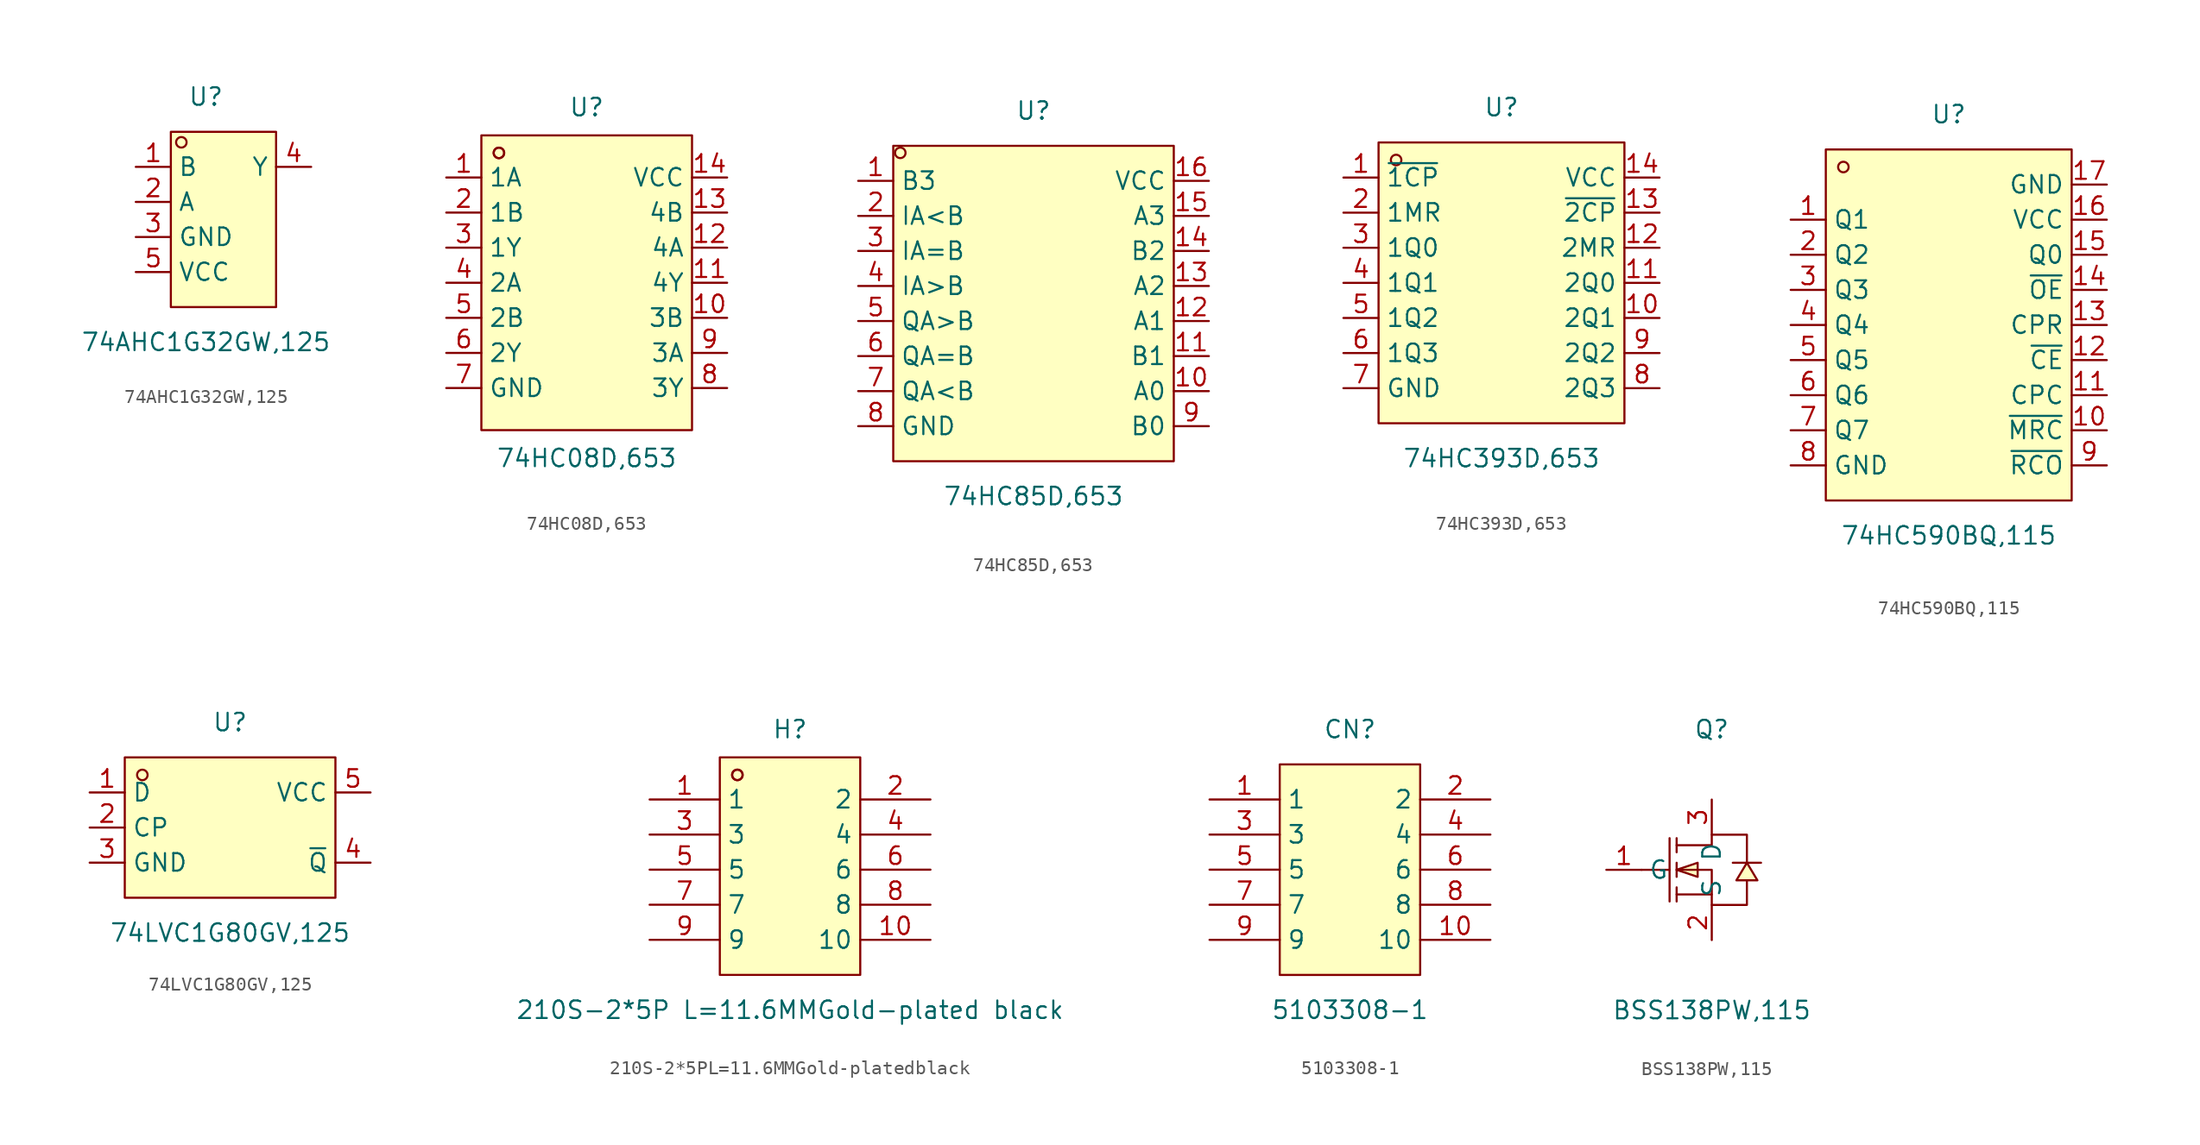
<source format=kicad_sym>
(kicad_symbol_lib
  (version 20220914)
  (generator kicad_symbol_editor)
  (symbol "74AHC1G32GW,125"
    (property "Reference" "U"
      (at 0 10.16 0)
      (effects (font (size 1.27 1.27))))
    (property "Value" "74AHC1G32GW,125"
      (at 0 -7.62 0)
      (effects (font (size 1.27 1.27))))
    (symbol "74AHC1G32GW,125_0_1"
      (rectangle (start -2.54 7.62) (end 5.08 -5.08) (stroke (width 0) (type default)) (fill (type background)))
      (circle (center -1.78 6.86) (radius 0.38) (stroke (width 0) (type default)) (fill (type none)))
      (pin unspecified line (at -5.08 5.08 0) (length 2.54) (name "B" (effects (font (size 1.27 1.27)))) (number "1" (effects (font (size 1.27 1.27)))))
      (pin unspecified line (at -5.08 2.54 0) (length 2.54) (name "A" (effects (font (size 1.27 1.27)))) (number "2" (effects (font (size 1.27 1.27)))))
      (pin unspecified line (at -5.08 0 0) (length 2.54) (name "GND" (effects (font (size 1.27 1.27)))) (number "3" (effects (font (size 1.27 1.27)))))
      (pin unspecified line (at 7.62 5.08 180) (length 2.54) (name "Y" (effects (font (size 1.27 1.27)))) (number "4" (effects (font (size 1.27 1.27)))))
      (pin unspecified line (at -5.08 -2.54 0) (length 2.54) (name "VCC" (effects (font (size 1.27 1.27)))) (number "5" (effects (font (size 1.27 1.27)))))))
  (symbol "74HC08D,653"
    (property "Reference" "U"
      (at 0 12.7 0)
      (effects (font (size 1.27 1.27))))
    (property "Value" "74HC08D,653"
      (at 0 -12.7 0)
      (effects (font (size 1.27 1.27))))
    (symbol "74HC08D,653_0_1"
      (rectangle (start -7.62 10.67) (end 7.62 -10.67) (stroke (width 0) (type default)) (fill (type background)))
      (circle (center -6.35 9.4) (radius 0.38) (stroke (width 0) (type default)) (fill (type none)))
      (circle (center -6.35 9.4) (radius 0.38) (stroke (width 0) (type default)) (fill (type none)))
      (pin unspecified line (at -10.16 7.62 0) (length 2.54) (name "1A" (effects (font (size 1.27 1.27)))) (number "1" (effects (font (size 1.27 1.27)))))
      (pin unspecified line (at 10.16 -2.54 180) (length 2.54) (name "3B" (effects (font (size 1.27 1.27)))) (number "10" (effects (font (size 1.27 1.27)))))
      (pin unspecified line (at 10.16 0 180) (length 2.54) (name "4Y" (effects (font (size 1.27 1.27)))) (number "11" (effects (font (size 1.27 1.27)))))
      (pin unspecified line (at 10.16 2.54 180) (length 2.54) (name "4A" (effects (font (size 1.27 1.27)))) (number "12" (effects (font (size 1.27 1.27)))))
      (pin unspecified line (at 10.16 5.08 180) (length 2.54) (name "4B" (effects (font (size 1.27 1.27)))) (number "13" (effects (font (size 1.27 1.27)))))
      (pin unspecified line (at 10.16 7.62 180) (length 2.54) (name "VCC" (effects (font (size 1.27 1.27)))) (number "14" (effects (font (size 1.27 1.27)))))
      (pin unspecified line (at -10.16 5.08 0) (length 2.54) (name "1B" (effects (font (size 1.27 1.27)))) (number "2" (effects (font (size 1.27 1.27)))))
      (pin unspecified line (at -10.16 2.54 0) (length 2.54) (name "1Y" (effects (font (size 1.27 1.27)))) (number "3" (effects (font (size 1.27 1.27)))))
      (pin unspecified line (at -10.16 0 0) (length 2.54) (name "2A" (effects (font (size 1.27 1.27)))) (number "4" (effects (font (size 1.27 1.27)))))
      (pin unspecified line (at -10.16 -2.54 0) (length 2.54) (name "2B" (effects (font (size 1.27 1.27)))) (number "5" (effects (font (size 1.27 1.27)))))
      (pin unspecified line (at -10.16 -5.08 0) (length 2.54) (name "2Y" (effects (font (size 1.27 1.27)))) (number "6" (effects (font (size 1.27 1.27)))))
      (pin unspecified line (at -10.16 -7.62 0) (length 2.54) (name "GND" (effects (font (size 1.27 1.27)))) (number "7" (effects (font (size 1.27 1.27)))))
      (pin unspecified line (at 10.16 -7.62 180) (length 2.54) (name "3Y" (effects (font (size 1.27 1.27)))) (number "8" (effects (font (size 1.27 1.27)))))
      (pin unspecified line (at 10.16 -5.08 180) (length 2.54) (name "3A" (effects (font (size 1.27 1.27)))) (number "9" (effects (font (size 1.27 1.27)))))))
  (symbol "74HC85D,653"
    (property "Reference" "U"
      (at 0 13.97 0)
      (effects (font (size 1.27 1.27))))
    (property "Value" "74HC85D,653"
      (at 0 -13.97 0)
      (effects (font (size 1.27 1.27))))
    (symbol "74HC85D,653_0_1"
      (rectangle (start -10.16 11.43) (end 10.16 -11.43) (stroke (width 0) (type default)) (fill (type background)))
      (circle (center -9.65 10.92) (radius 0.38) (stroke (width 0) (type default)) (fill (type none)))
      (pin unspecified line (at -12.7 8.89 0) (length 2.54) (name "B3" (effects (font (size 1.27 1.27)))) (number "1" (effects (font (size 1.27 1.27)))))
      (pin unspecified line (at 12.7 -6.35 180) (length 2.54) (name "A0" (effects (font (size 1.27 1.27)))) (number "10" (effects (font (size 1.27 1.27)))))
      (pin unspecified line (at 12.7 -3.81 180) (length 2.54) (name "B1" (effects (font (size 1.27 1.27)))) (number "11" (effects (font (size 1.27 1.27)))))
      (pin unspecified line (at 12.7 -1.27 180) (length 2.54) (name "A1" (effects (font (size 1.27 1.27)))) (number "12" (effects (font (size 1.27 1.27)))))
      (pin unspecified line (at 12.7 1.27 180) (length 2.54) (name "A2" (effects (font (size 1.27 1.27)))) (number "13" (effects (font (size 1.27 1.27)))))
      (pin unspecified line (at 12.7 3.81 180) (length 2.54) (name "B2" (effects (font (size 1.27 1.27)))) (number "14" (effects (font (size 1.27 1.27)))))
      (pin unspecified line (at 12.7 6.35 180) (length 2.54) (name "A3" (effects (font (size 1.27 1.27)))) (number "15" (effects (font (size 1.27 1.27)))))
      (pin unspecified line (at 12.7 8.89 180) (length 2.54) (name "VCC" (effects (font (size 1.27 1.27)))) (number "16" (effects (font (size 1.27 1.27)))))
      (pin unspecified line (at -12.7 6.35 0) (length 2.54) (name "IA<B" (effects (font (size 1.27 1.27)))) (number "2" (effects (font (size 1.27 1.27)))))
      (pin unspecified line (at -12.7 3.81 0) (length 2.54) (name "IA=B" (effects (font (size 1.27 1.27)))) (number "3" (effects (font (size 1.27 1.27)))))
      (pin unspecified line (at -12.7 1.27 0) (length 2.54) (name "IA>B" (effects (font (size 1.27 1.27)))) (number "4" (effects (font (size 1.27 1.27)))))
      (pin unspecified line (at -12.7 -1.27 0) (length 2.54) (name "QA>B" (effects (font (size 1.27 1.27)))) (number "5" (effects (font (size 1.27 1.27)))))
      (pin unspecified line (at -12.7 -3.81 0) (length 2.54) (name "QA=B" (effects (font (size 1.27 1.27)))) (number "6" (effects (font (size 1.27 1.27)))))
      (pin unspecified line (at -12.7 -6.35 0) (length 2.54) (name "QA<B" (effects (font (size 1.27 1.27)))) (number "7" (effects (font (size 1.27 1.27)))))
      (pin unspecified line (at -12.7 -8.89 0) (length 2.54) (name "GND" (effects (font (size 1.27 1.27)))) (number "8" (effects (font (size 1.27 1.27)))))
      (pin unspecified line (at 12.7 -8.89 180) (length 2.54) (name "B0" (effects (font (size 1.27 1.27)))) (number "9" (effects (font (size 1.27 1.27)))))))
  (symbol "74HC393D,653"
    (property "Reference" "U"
      (at 0 12.7 0)
      (effects (font (size 1.27 1.27))))
    (property "Value" "74HC393D,653"
      (at 0 -12.7 0)
      (effects (font (size 1.27 1.27))))
    (symbol "74HC393D,653_0_1"
      (rectangle (start -8.89 10.16) (end 8.89 -10.16) (stroke (width 0) (type default)) (fill (type background)))
      (circle (center -7.62 8.89) (radius 0.38) (stroke (width 0) (type default)) (fill (type none)))
      (pin unspecified line (at -11.43 7.62 0) (length 2.54) (name "~{1CP}" (effects (font (size 1.27 1.27)))) (number "1" (effects (font (size 1.27 1.27)))))
      (pin unspecified line (at 11.43 -2.54 180) (length 2.54) (name "2Q1" (effects (font (size 1.27 1.27)))) (number "10" (effects (font (size 1.27 1.27)))))
      (pin unspecified line (at 11.43 0 180) (length 2.54) (name "2Q0" (effects (font (size 1.27 1.27)))) (number "11" (effects (font (size 1.27 1.27)))))
      (pin unspecified line (at 11.43 2.54 180) (length 2.54) (name "2MR" (effects (font (size 1.27 1.27)))) (number "12" (effects (font (size 1.27 1.27)))))
      (pin unspecified line (at 11.43 5.08 180) (length 2.54) (name "~{2CP}" (effects (font (size 1.27 1.27)))) (number "13" (effects (font (size 1.27 1.27)))))
      (pin unspecified line (at 11.43 7.62 180) (length 2.54) (name "VCC" (effects (font (size 1.27 1.27)))) (number "14" (effects (font (size 1.27 1.27)))))
      (pin unspecified line (at -11.43 5.08 0) (length 2.54) (name "1MR" (effects (font (size 1.27 1.27)))) (number "2" (effects (font (size 1.27 1.27)))))
      (pin unspecified line (at -11.43 2.54 0) (length 2.54) (name "1Q0" (effects (font (size 1.27 1.27)))) (number "3" (effects (font (size 1.27 1.27)))))
      (pin unspecified line (at -11.43 0 0) (length 2.54) (name "1Q1" (effects (font (size 1.27 1.27)))) (number "4" (effects (font (size 1.27 1.27)))))
      (pin unspecified line (at -11.43 -2.54 0) (length 2.54) (name "1Q2" (effects (font (size 1.27 1.27)))) (number "5" (effects (font (size 1.27 1.27)))))
      (pin unspecified line (at -11.43 -5.08 0) (length 2.54) (name "1Q3" (effects (font (size 1.27 1.27)))) (number "6" (effects (font (size 1.27 1.27)))))
      (pin unspecified line (at -11.43 -7.62 0) (length 2.54) (name "GND" (effects (font (size 1.27 1.27)))) (number "7" (effects (font (size 1.27 1.27)))))
      (pin unspecified line (at 11.43 -7.62 180) (length 2.54) (name "2Q3" (effects (font (size 1.27 1.27)))) (number "8" (effects (font (size 1.27 1.27)))))
      (pin unspecified line (at 11.43 -5.08 180) (length 2.54) (name "2Q2" (effects (font (size 1.27 1.27)))) (number "9" (effects (font (size 1.27 1.27)))))))
  (symbol "74HC590BQ,115"
    (property "Reference" "U"
      (at 0 15.24 0)
      (effects (font (size 1.27 1.27))))
    (property "Value" "74HC590BQ,115"
      (at 0 -15.24 0)
      (effects (font (size 1.27 1.27))))
    (symbol "74HC590BQ,115_0_1"
      (rectangle (start -8.89 12.7) (end 8.89 -12.7) (stroke (width 0) (type default)) (fill (type background)))
      (circle (center -7.62 11.43) (radius 0.38) (stroke (width 0) (type default)) (fill (type none)))
      (pin unspecified line (at -11.43 7.62 0) (length 2.54) (name "Q1" (effects (font (size 1.27 1.27)))) (number "1" (effects (font (size 1.27 1.27)))))
      (pin unspecified line (at 11.43 -7.62 180) (length 2.54) (name "~{MRC}" (effects (font (size 1.27 1.27)))) (number "10" (effects (font (size 1.27 1.27)))))
      (pin unspecified line (at 11.43 -5.08 180) (length 2.54) (name "CPC" (effects (font (size 1.27 1.27)))) (number "11" (effects (font (size 1.27 1.27)))))
      (pin unspecified line (at 11.43 -2.54 180) (length 2.54) (name "~{CE}" (effects (font (size 1.27 1.27)))) (number "12" (effects (font (size 1.27 1.27)))))
      (pin unspecified line (at 11.43 0 180) (length 2.54) (name "CPR" (effects (font (size 1.27 1.27)))) (number "13" (effects (font (size 1.27 1.27)))))
      (pin unspecified line (at 11.43 2.54 180) (length 2.54) (name "~{OE}" (effects (font (size 1.27 1.27)))) (number "14" (effects (font (size 1.27 1.27)))))
      (pin unspecified line (at 11.43 5.08 180) (length 2.54) (name "Q0" (effects (font (size 1.27 1.27)))) (number "15" (effects (font (size 1.27 1.27)))))
      (pin unspecified line (at 11.43 7.62 180) (length 2.54) (name "VCC" (effects (font (size 1.27 1.27)))) (number "16" (effects (font (size 1.27 1.27)))))
      (pin unspecified line (at 11.43 10.16 180) (length 2.54) (name "GND" (effects (font (size 1.27 1.27)))) (number "17" (effects (font (size 1.27 1.27)))))
      (pin unspecified line (at -11.43 5.08 0) (length 2.54) (name "Q2" (effects (font (size 1.27 1.27)))) (number "2" (effects (font (size 1.27 1.27)))))
      (pin unspecified line (at -11.43 2.54 0) (length 2.54) (name "Q3" (effects (font (size 1.27 1.27)))) (number "3" (effects (font (size 1.27 1.27)))))
      (pin unspecified line (at -11.43 0 0) (length 2.54) (name "Q4" (effects (font (size 1.27 1.27)))) (number "4" (effects (font (size 1.27 1.27)))))
      (pin unspecified line (at -11.43 -2.54 0) (length 2.54) (name "Q5" (effects (font (size 1.27 1.27)))) (number "5" (effects (font (size 1.27 1.27)))))
      (pin unspecified line (at -11.43 -5.08 0) (length 2.54) (name "Q6" (effects (font (size 1.27 1.27)))) (number "6" (effects (font (size 1.27 1.27)))))
      (pin unspecified line (at -11.43 -7.62 0) (length 2.54) (name "Q7" (effects (font (size 1.27 1.27)))) (number "7" (effects (font (size 1.27 1.27)))))
      (pin unspecified line (at -11.43 -10.16 0) (length 2.54) (name "GND" (effects (font (size 1.27 1.27)))) (number "8" (effects (font (size 1.27 1.27)))))
      (pin unspecified line (at 11.43 -10.16 180) (length 2.54) (name "~{RCO}" (effects (font (size 1.27 1.27)))) (number "9" (effects (font (size 1.27 1.27)))))))
  (symbol "74LVC1G80GV,125"
    (property "Reference" "U"
      (at 0 7.62 0)
      (effects (font (size 1.27 1.27))))
    (property "Value" "74LVC1G80GV,125"
      (at 0 -7.62 0)
      (effects (font (size 1.27 1.27))))
    (symbol "74LVC1G80GV,125_0_1"
      (rectangle (start -7.62 5.08) (end 7.62 -5.08) (stroke (width 0) (type default)) (fill (type background)))
      (circle (center -6.35 3.81) (radius 0.38) (stroke (width 0) (type default)) (fill (type none)))
      (pin unspecified line (at -10.16 2.54 0) (length 2.54) (name "D" (effects (font (size 1.27 1.27)))) (number "1" (effects (font (size 1.27 1.27)))))
      (pin unspecified line (at -10.16 0 0) (length 2.54) (name "CP" (effects (font (size 1.27 1.27)))) (number "2" (effects (font (size 1.27 1.27)))))
      (pin unspecified line (at -10.16 -2.54 0) (length 2.54) (name "GND" (effects (font (size 1.27 1.27)))) (number "3" (effects (font (size 1.27 1.27)))))
      (pin unspecified line (at 10.16 -2.54 180) (length 2.54) (name "~{Q}" (effects (font (size 1.27 1.27)))) (number "4" (effects (font (size 1.27 1.27)))))
      (pin unspecified line (at 10.16 2.54 180) (length 2.54) (name "VCC" (effects (font (size 1.27 1.27)))) (number "5" (effects (font (size 1.27 1.27)))))))
  (symbol "210S-2*5PL=11.6MMGold-platedblack"
    (property "Reference" "H"
      (at 0 10.16 0)
      (effects (font (size 1.27 1.27))))
    (property "Value" "210S-2*5P L=11.6MMGold-plated black"
      (at 0 -10.16 0)
      (effects (font (size 1.27 1.27))))
    (symbol "210S-2*5PL=11.6MMGold-platedblack_0_1"
      (rectangle (start -5.08 8.13) (end 5.08 -7.62) (stroke (width 0) (type default)) (fill (type background)))
      (circle (center -3.81 6.86) (radius 0.38) (stroke (width 0) (type default)) (fill (type none)))
      (circle (center -3.81 6.86) (radius 0.38) (stroke (width 0) (type default)) (fill (type none)))
      (pin unspecified line (at -10.16 5.08 0) (length 5.08) (name "1" (effects (font (size 1.27 1.27)))) (number "1" (effects (font (size 1.27 1.27)))))
      (pin unspecified line (at 10.16 -5.08 180) (length 5.08) (name "10" (effects (font (size 1.27 1.27)))) (number "10" (effects (font (size 1.27 1.27)))))
      (pin unspecified line (at 10.16 5.08 180) (length 5.08) (name "2" (effects (font (size 1.27 1.27)))) (number "2" (effects (font (size 1.27 1.27)))))
      (pin unspecified line (at -10.16 2.54 0) (length 5.08) (name "3" (effects (font (size 1.27 1.27)))) (number "3" (effects (font (size 1.27 1.27)))))
      (pin unspecified line (at 10.16 2.54 180) (length 5.08) (name "4" (effects (font (size 1.27 1.27)))) (number "4" (effects (font (size 1.27 1.27)))))
      (pin unspecified line (at -10.16 0 0) (length 5.08) (name "5" (effects (font (size 1.27 1.27)))) (number "5" (effects (font (size 1.27 1.27)))))
      (pin unspecified line (at 10.16 0 180) (length 5.08) (name "6" (effects (font (size 1.27 1.27)))) (number "6" (effects (font (size 1.27 1.27)))))
      (pin unspecified line (at -10.16 -2.54 0) (length 5.08) (name "7" (effects (font (size 1.27 1.27)))) (number "7" (effects (font (size 1.27 1.27)))))
      (pin unspecified line (at 10.16 -2.54 180) (length 5.08) (name "8" (effects (font (size 1.27 1.27)))) (number "8" (effects (font (size 1.27 1.27)))))
      (pin unspecified line (at -10.16 -5.08 0) (length 5.08) (name "9" (effects (font (size 1.27 1.27)))) (number "9" (effects (font (size 1.27 1.27)))))))
  (symbol "5103308-1"
    (property "Reference" "CN"
      (at 0 10.16 0)
      (effects (font (size 1.27 1.27))))
    (property "Value" "5103308-1"
      (at 0 -10.16 0)
      (effects (font (size 1.27 1.27))))
    (symbol "5103308-1_0_1"
      (rectangle (start -5.08 7.62) (end 5.08 -7.62) (stroke (width 0) (type default)) (fill (type background)))
      (pin unspecified line (at -10.16 5.08 0) (length 5.08) (name "1" (effects (font (size 1.27 1.27)))) (number "1" (effects (font (size 1.27 1.27)))))
      (pin unspecified line (at 10.16 -5.08 180) (length 5.08) (name "10" (effects (font (size 1.27 1.27)))) (number "10" (effects (font (size 1.27 1.27)))))
      (pin unspecified line (at 10.16 5.08 180) (length 5.08) (name "2" (effects (font (size 1.27 1.27)))) (number "2" (effects (font (size 1.27 1.27)))))
      (pin unspecified line (at -10.16 2.54 0) (length 5.08) (name "3" (effects (font (size 1.27 1.27)))) (number "3" (effects (font (size 1.27 1.27)))))
      (pin unspecified line (at 10.16 2.54 180) (length 5.08) (name "4" (effects (font (size 1.27 1.27)))) (number "4" (effects (font (size 1.27 1.27)))))
      (pin unspecified line (at -10.16 0 0) (length 5.08) (name "5" (effects (font (size 1.27 1.27)))) (number "5" (effects (font (size 1.27 1.27)))))
      (pin unspecified line (at 10.16 0 180) (length 5.08) (name "6" (effects (font (size 1.27 1.27)))) (number "6" (effects (font (size 1.27 1.27)))))
      (pin unspecified line (at -10.16 -2.54 0) (length 5.08) (name "7" (effects (font (size 1.27 1.27)))) (number "7" (effects (font (size 1.27 1.27)))))
      (pin unspecified line (at 10.16 -2.54 180) (length 5.08) (name "8" (effects (font (size 1.27 1.27)))) (number "8" (effects (font (size 1.27 1.27)))))
      (pin unspecified line (at -10.16 -5.08 0) (length 5.08) (name "9" (effects (font (size 1.27 1.27)))) (number "9" (effects (font (size 1.27 1.27)))))))
  (symbol "BSS138PW,115"
    (property "Reference" "Q"
      (at 0 10.16 0)
      (effects (font (size 1.27 1.27))))
    (property "Value" "BSS138PW,115"
      (at 0 -10.16 0)
      (effects (font (size 1.27 1.27))))
    (symbol "BSS138PW,115_0_1"
      (polyline (pts (xy -5.08 0) (xy -3.05 0)) (stroke (width 0) (type default)) (fill (type none)))
      (polyline (pts (xy -3.05 2.29) (xy -3.05 -2.29)) (stroke (width 0) (type default)) (fill (type none)))
      (polyline (pts (xy -2.54 -2.29) (xy -2.54 -1.27)) (stroke (width 0) (type default)) (fill (type none)))
      (polyline (pts (xy -2.54 -0.51) (xy -2.54 0.51)) (stroke (width 0) (type default)) (fill (type none)))
      (polyline (pts (xy -2.54 2.29) (xy -2.54 1.27)) (stroke (width 0) (type default)) (fill (type none)))
      (polyline (pts (xy 0 -1.78) (xy -2.54 -1.78)) (stroke (width 0) (type default)) (fill (type none)))
      (polyline (pts (xy -2.54 0) (xy -1.02 -0.51) (xy -1.02 0.51) (xy -2.54 0)) (stroke (width 0) (type default)) (fill (type background)))
      (polyline (pts (xy 2.54 0.51) (xy 1.78 -0.76) (xy 3.3 -0.76) (xy 2.54 0.51)) (stroke (width 0) (type default)) (fill (type background)))
      (polyline (pts (xy 3.56 0.51) (xy 3.05 0.51) (xy 2.03 0.51) (xy 1.52 0.51)) (stroke (width 0) (type default)) (fill (type none)))
      (polyline (pts (xy -2.54 0) (xy 0 0) (xy 0 -2.54) (xy 2.54 -2.54) (xy 2.54 -0.76)) (stroke (width 0) (type default)) (fill (type none)))
      (polyline (pts (xy -2.54 1.78) (xy 0 1.78) (xy 0 2.54) (xy 2.54 2.54) (xy 2.54 0.51)) (stroke (width 0) (type default)) (fill (type none)))
      (pin unspecified line (at -7.62 0 0) (length 2.54) (name "G" (effects (font (size 1.27 1.27)))) (number "1" (effects (font (size 1.27 1.27)))))
      (pin unspecified line (at 0 -5.08 90) (length 2.54) (name "S" (effects (font (size 1.27 1.27)))) (number "2" (effects (font (size 1.27 1.27)))))
      (pin unspecified line (at 0 5.08 270) (length 2.54) (name "D" (effects (font (size 1.27 1.27)))) (number "3" (effects (font (size 1.27 1.27))))))))
</source>
